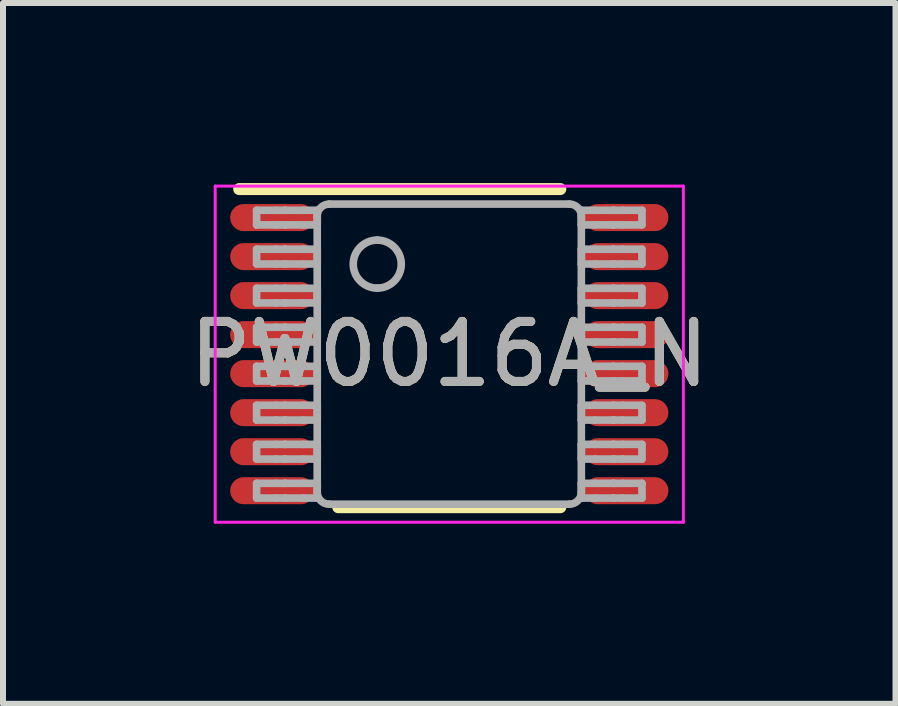
<source format=kicad_pcb>
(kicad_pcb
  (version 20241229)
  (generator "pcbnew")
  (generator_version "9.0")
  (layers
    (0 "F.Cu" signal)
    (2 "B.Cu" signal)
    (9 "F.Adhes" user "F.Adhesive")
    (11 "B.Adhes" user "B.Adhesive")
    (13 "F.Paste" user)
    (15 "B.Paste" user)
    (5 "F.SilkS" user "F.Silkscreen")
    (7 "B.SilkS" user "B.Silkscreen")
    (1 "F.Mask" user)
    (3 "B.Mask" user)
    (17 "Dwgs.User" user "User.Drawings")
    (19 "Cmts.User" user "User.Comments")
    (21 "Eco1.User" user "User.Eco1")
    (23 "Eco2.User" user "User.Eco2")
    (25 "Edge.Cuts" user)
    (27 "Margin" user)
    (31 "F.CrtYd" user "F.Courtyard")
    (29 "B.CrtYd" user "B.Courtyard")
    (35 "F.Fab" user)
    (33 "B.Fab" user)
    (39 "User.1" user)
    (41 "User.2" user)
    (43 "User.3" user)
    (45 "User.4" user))
  (footprint "PW0016A_N"
    (layer "F.Cu")
    (at 4.435 2.85)
    (property "Reference" "PW0016A_N" (at 0 0 0) (unlocked yes) (layer "F.SilkS") (effects (font (size 1 1) (thickness 0.15))))
    (attr smd)
    (fp_line (start -3.5 -2.75) (end 1.85 -2.75) (stroke (width 0.2) (type solid)) (layer "F.SilkS"))
    (fp_line (start -1.85 2.55) (end 1.85 2.55) (stroke (width 0.2) (type solid)) (layer "F.SilkS"))
    (fp_line (start -3.9 -2.8) (end 3.9 -2.8) (stroke (width 0.05) (type solid)) (layer "F.CrtYd"))
    (fp_line (start -3.9 2.8) (end -3.9 -2.8) (stroke (width 0.05) (type solid)) (layer "F.CrtYd"))
    (fp_line (start -3.9 2.8) (end 3.9 2.8) (stroke (width 0.05) (type solid)) (layer "F.CrtYd"))
    (fp_line (start 3.9 2.8) (end 3.9 -2.8) (stroke (width 0.05) (type solid)) (layer "F.CrtYd"))
    (fp_line (start -3.21 -2.397) (end -2.887 -2.397) (stroke (width 0.127) (type solid)) (layer "F.Fab"))
    (fp_line (start -3.21 -2.153) (end -3.21 -2.397) (stroke (width 0.127) (type solid)) (layer "F.Fab"))
    (fp_line (start -3.21 -2.153) (end -2.887 -2.153) (stroke (width 0.127) (type solid)) (layer "F.Fab"))
    (fp_line (start -3.21 -1.748) (end -2.887 -1.748) (stroke (width 0.127) (type solid)) (layer "F.Fab"))
    (fp_line (start -3.21 -1.502) (end -3.21 -1.748) (stroke (width 0.127) (type solid)) (layer "F.Fab"))
    (fp_line (start -3.21 -1.502) (end -2.887 -1.502) (stroke (width 0.127) (type solid)) (layer "F.Fab"))
    (fp_line (start -3.21 -1.097) (end -2.887 -1.097) (stroke (width 0.127) (type solid)) (layer "F.Fab"))
    (fp_line (start -3.21 -0.853) (end -3.21 -1.097) (stroke (width 0.127) (type solid)) (layer "F.Fab"))
    (fp_line (start -3.21 -0.853) (end -2.887 -0.853) (stroke (width 0.127) (type solid)) (layer "F.Fab"))
    (fp_line (start -3.21 -0.448) (end -2.887 -0.448) (stroke (width 0.127) (type solid)) (layer "F.Fab"))
    (fp_line (start -3.21 -0.202) (end -3.21 -0.448) (stroke (width 0.127) (type solid)) (layer "F.Fab"))
    (fp_line (start -3.21 -0.202) (end -2.887 -0.202) (stroke (width 0.127) (type solid)) (layer "F.Fab"))
    (fp_line (start -3.21 0.203) (end -2.887 0.203) (stroke (width 0.127) (type solid)) (layer "F.Fab"))
    (fp_line (start -3.21 0.447) (end -3.21 0.203) (stroke (width 0.127) (type solid)) (layer "F.Fab"))
    (fp_line (start -3.21 0.447) (end -2.887 0.447) (stroke (width 0.127) (type solid)) (layer "F.Fab"))
    (fp_line (start -3.21 0.852) (end -2.887 0.852) (stroke (width 0.127) (type solid)) (layer "F.Fab"))
    (fp_line (start -3.21 1.098) (end -3.21 0.852) (stroke (width 0.127) (type solid)) (layer "F.Fab"))
    (fp_line (start -3.21 1.098) (end -2.887 1.098) (stroke (width 0.127) (type solid)) (layer "F.Fab"))
    (fp_line (start -3.21 1.503) (end -2.887 1.503) (stroke (width 0.127) (type solid)) (layer "F.Fab"))
    (fp_line (start -3.21 1.748) (end -3.21 1.503) (stroke (width 0.127) (type solid)) (layer "F.Fab"))
    (fp_line (start -3.21 1.748) (end -2.887 1.748) (stroke (width 0.127) (type solid)) (layer "F.Fab"))
    (fp_line (start -3.21 2.152) (end -2.887 2.152) (stroke (width 0.127) (type solid)) (layer "F.Fab"))
    (fp_line (start -3.21 2.398) (end -3.21 2.152) (stroke (width 0.127) (type solid)) (layer "F.Fab"))
    (fp_line (start -3.21 2.398) (end -2.887 2.398) (stroke (width 0.127) (type solid)) (layer "F.Fab"))
    (fp_line (start -2.887 -2.397) (end -2.739 -2.397) (stroke (width 0.127) (type solid)) (layer "F.Fab"))
    (fp_line (start -2.887 -2.153) (end -2.739 -2.153) (stroke (width 0.127) (type solid)) (layer "F.Fab"))
    (fp_line (start -2.887 -1.748) (end -2.739 -1.748) (stroke (width 0.127) (type solid)) (layer "F.Fab"))
    (fp_line (start -2.887 -1.502) (end -2.739 -1.502) (stroke (width 0.127) (type solid)) (layer "F.Fab"))
    (fp_line (start -2.887 -1.097) (end -2.739 -1.097) (stroke (width 0.127) (type solid)) (layer "F.Fab"))
    (fp_line (start -2.887 -0.853) (end -2.739 -0.853) (stroke (width 0.127) (type solid)) (layer "F.Fab"))
    (fp_line (start -2.887 -0.448) (end -2.739 -0.448) (stroke (width 0.127) (type solid)) (layer "F.Fab"))
    (fp_line (start -2.887 -0.202) (end -2.739 -0.202) (stroke (width 0.127) (type solid)) (layer "F.Fab"))
    (fp_line (start -2.887 0.203) (end -2.739 0.203) (stroke (width 0.127) (type solid)) (layer "F.Fab"))
    (fp_line (start -2.887 0.447) (end -2.739 0.447) (stroke (width 0.127) (type solid)) (layer "F.Fab"))
    (fp_line (start -2.887 0.852) (end -2.739 0.852) (stroke (width 0.127) (type solid)) (layer "F.Fab"))
    (fp_line (start -2.887 1.098) (end -2.739 1.098) (stroke (width 0.127) (type solid)) (layer "F.Fab"))
    (fp_line (start -2.887 1.503) (end -2.739 1.503) (stroke (width 0.127) (type solid)) (layer "F.Fab"))
    (fp_line (start -2.887 1.748) (end -2.739 1.748) (stroke (width 0.127) (type solid)) (layer "F.Fab"))
    (fp_line (start -2.887 2.152) (end -2.739 2.152) (stroke (width 0.127) (type solid)) (layer "F.Fab"))
    (fp_line (start -2.887 2.398) (end -2.739 2.398) (stroke (width 0.127) (type solid)) (layer "F.Fab"))
    (fp_line (start -2.739 -2.397) (end -2.733 -2.397) (stroke (width 0.127) (type solid)) (layer "F.Fab"))
    (fp_line (start -2.739 -2.153) (end -2.733 -2.153) (stroke (width 0.127) (type solid)) (layer "F.Fab"))
    (fp_line (start -2.739 -1.748) (end -2.733 -1.748) (stroke (width 0.127) (type solid)) (layer "F.Fab"))
    (fp_line (start -2.739 -1.502) (end -2.733 -1.502) (stroke (width 0.127) (type solid)) (layer "F.Fab"))
    (fp_line (start -2.739 -1.097) (end -2.733 -1.097) (stroke (width 0.127) (type solid)) (layer "F.Fab"))
    (fp_line (start -2.739 -0.853) (end -2.733 -0.853) (stroke (width 0.127) (type solid)) (layer "F.Fab"))
    (fp_line (start -2.739 -0.448) (end -2.733 -0.448) (stroke (width 0.127) (type solid)) (layer "F.Fab"))
    (fp_line (start -2.739 -0.202) (end -2.733 -0.202) (stroke (width 0.127) (type solid)) (layer "F.Fab"))
    (fp_line (start -2.739 0.203) (end -2.733 0.203) (stroke (width 0.127) (type solid)) (layer "F.Fab"))
    (fp_line (start -2.739 0.447) (end -2.733 0.447) (stroke (width 0.127) (type solid)) (layer "F.Fab"))
    (fp_line (start -2.739 0.852) (end -2.733 0.852) (stroke (width 0.127) (type solid)) (layer "F.Fab"))
    (fp_line (start -2.739 1.098) (end -2.733 1.098) (stroke (width 0.127) (type solid)) (layer "F.Fab"))
    (fp_line (start -2.739 1.503) (end -2.733 1.503) (stroke (width 0.127) (type solid)) (layer "F.Fab"))
    (fp_line (start -2.739 1.748) (end -2.733 1.748) (stroke (width 0.127) (type solid)) (layer "F.Fab"))
    (fp_line (start -2.739 2.152) (end -2.733 2.152) (stroke (width 0.127) (type solid)) (layer "F.Fab"))
    (fp_line (start -2.739 2.398) (end -2.733 2.398) (stroke (width 0.127) (type solid)) (layer "F.Fab"))
    (fp_line (start -2.733 -2.397) (end -2.431 -2.397) (stroke (width 0.127) (type solid)) (layer "F.Fab"))
    (fp_line (start -2.733 -2.153) (end -2.431 -2.153) (stroke (width 0.127) (type solid)) (layer "F.Fab"))
    (fp_line (start -2.733 -1.748) (end -2.431 -1.748) (stroke (width 0.127) (type solid)) (layer "F.Fab"))
    (fp_line (start -2.733 -1.502) (end -2.431 -1.502) (stroke (width 0.127) (type solid)) (layer "F.Fab"))
    (fp_line (start -2.733 -1.097) (end -2.431 -1.097) (stroke (width 0.127) (type solid)) (layer "F.Fab"))
    (fp_line (start -2.733 -0.853) (end -2.431 -0.853) (stroke (width 0.127) (type solid)) (layer "F.Fab"))
    (fp_line (start -2.733 -0.448) (end -2.431 -0.448) (stroke (width 0.127) (type solid)) (layer "F.Fab"))
    (fp_line (start -2.733 -0.202) (end -2.431 -0.202) (stroke (width 0.127) (type solid)) (layer "F.Fab"))
    (fp_line (start -2.733 0.203) (end -2.431 0.203) (stroke (width 0.127) (type solid)) (layer "F.Fab"))
    (fp_line (start -2.733 0.447) (end -2.431 0.447) (stroke (width 0.127) (type solid)) (layer "F.Fab"))
    (fp_line (start -2.733 0.852) (end -2.431 0.852) (stroke (width 0.127) (type solid)) (layer "F.Fab"))
    (fp_line (start -2.733 1.098) (end -2.431 1.098) (stroke (width 0.127) (type solid)) (layer "F.Fab"))
    (fp_line (start -2.733 1.503) (end -2.431 1.503) (stroke (width 0.127) (type solid)) (layer "F.Fab"))
    (fp_line (start -2.733 1.748) (end -2.431 1.748) (stroke (width 0.127) (type solid)) (layer "F.Fab"))
    (fp_line (start -2.733 2.152) (end -2.431 2.152) (stroke (width 0.127) (type solid)) (layer "F.Fab"))
    (fp_line (start -2.733 2.398) (end -2.431 2.398) (stroke (width 0.127) (type solid)) (layer "F.Fab"))
    (fp_line (start -2.431 -2.397) (end -2.2 -2.397) (stroke (width 0.127) (type solid)) (layer "F.Fab"))
    (fp_line (start -2.431 -2.153) (end -2.2 -2.153) (stroke (width 0.127) (type solid)) (layer "F.Fab"))
    (fp_line (start -2.431 -1.748) (end -2.2 -1.748) (stroke (width 0.127) (type solid)) (layer "F.Fab"))
    (fp_line (start -2.431 -1.502) (end -2.2 -1.502) (stroke (width 0.127) (type solid)) (layer "F.Fab"))
    (fp_line (start -2.431 -1.097) (end -2.2 -1.097) (stroke (width 0.127) (type solid)) (layer "F.Fab"))
    (fp_line (start -2.431 -0.853) (end -2.2 -0.853) (stroke (width 0.127) (type solid)) (layer "F.Fab"))
    (fp_line (start -2.431 -0.448) (end -2.2 -0.448) (stroke (width 0.127) (type solid)) (layer "F.Fab"))
    (fp_line (start -2.431 -0.202) (end -2.2 -0.202) (stroke (width 0.127) (type solid)) (layer "F.Fab"))
    (fp_line (start -2.431 0.203) (end -2.2 0.203) (stroke (width 0.127) (type solid)) (layer "F.Fab"))
    (fp_line (start -2.431 0.447) (end -2.2 0.447) (stroke (width 0.127) (type solid)) (layer "F.Fab"))
    (fp_line (start -2.431 0.852) (end -2.2 0.852) (stroke (width 0.127) (type solid)) (layer "F.Fab"))
    (fp_line (start -2.431 1.098) (end -2.2 1.098) (stroke (width 0.127) (type solid)) (layer "F.Fab"))
    (fp_line (start -2.431 1.503) (end -2.2 1.503) (stroke (width 0.127) (type solid)) (layer "F.Fab"))
    (fp_line (start -2.431 1.748) (end -2.2 1.748) (stroke (width 0.127) (type solid)) (layer "F.Fab"))
    (fp_line (start -2.431 2.152) (end -2.2 2.152) (stroke (width 0.127) (type solid)) (layer "F.Fab"))
    (fp_line (start -2.431 2.398) (end -2.2 2.398) (stroke (width 0.127) (type solid)) (layer "F.Fab"))
    (fp_line (start -2.2 -2.153) (end -2.2 -2.397) (stroke (width 0.127) (type solid)) (layer "F.Fab"))
    (fp_line (start -2.2 -1.502) (end -2.2 -1.748) (stroke (width 0.127) (type solid)) (layer "F.Fab"))
    (fp_line (start -2.2 -0.853) (end -2.2 -1.097) (stroke (width 0.127) (type solid)) (layer "F.Fab"))
    (fp_line (start -2.2 -0.202) (end -2.2 -0.448) (stroke (width 0.127) (type solid)) (layer "F.Fab"))
    (fp_line (start -2.2 0.447) (end -2.2 0.203) (stroke (width 0.127) (type solid)) (layer "F.Fab"))
    (fp_line (start -2.2 1.098) (end -2.2 0.852) (stroke (width 0.127) (type solid)) (layer "F.Fab"))
    (fp_line (start -2.2 1.748) (end -2.2 1.503) (stroke (width 0.127) (type solid)) (layer "F.Fab"))
    (fp_line (start -2.2 2.3) (end -2.2 -2.3) (stroke (width 0.127) (type solid)) (layer "F.Fab"))
    (fp_line (start -2.2 2.398) (end -2.2 2.152) (stroke (width 0.127) (type solid)) (layer "F.Fab"))
    (fp_line (start -2 -2.5) (end 2 -2.5) (stroke (width 0.127) (type solid)) (layer "F.Fab"))
    (fp_line (start -2 2.5) (end 2 2.5) (stroke (width 0.127) (type solid)) (layer "F.Fab"))
    (fp_line (start 2.2 -2.397) (end 2.43 -2.397) (stroke (width 0.127) (type solid)) (layer "F.Fab"))
    (fp_line (start 2.2 -2.153) (end 2.2 -2.397) (stroke (width 0.127) (type solid)) (layer "F.Fab"))
    (fp_line (start 2.2 -2.153) (end 2.43 -2.153) (stroke (width 0.127) (type solid)) (layer "F.Fab"))
    (fp_line (start 2.2 -1.748) (end 2.43 -1.748) (stroke (width 0.127) (type solid)) (layer "F.Fab"))
    (fp_line (start 2.2 -1.502) (end 2.2 -1.748) (stroke (width 0.127) (type solid)) (layer "F.Fab"))
    (fp_line (start 2.2 -1.502) (end 2.43 -1.502) (stroke (width 0.127) (type solid)) (layer "F.Fab"))
    (fp_line (start 2.2 -1.097) (end 2.43 -1.097) (stroke (width 0.127) (type solid)) (layer "F.Fab"))
    (fp_line (start 2.2 -0.853) (end 2.2 -1.097) (stroke (width 0.127) (type solid)) (layer "F.Fab"))
    (fp_line (start 2.2 -0.853) (end 2.43 -0.853) (stroke (width 0.127) (type solid)) (layer "F.Fab"))
    (fp_line (start 2.2 -0.448) (end 2.43 -0.448) (stroke (width 0.127) (type solid)) (layer "F.Fab"))
    (fp_line (start 2.2 -0.202) (end 2.2 -0.448) (stroke (width 0.127) (type solid)) (layer "F.Fab"))
    (fp_line (start 2.2 -0.202) (end 2.43 -0.202) (stroke (width 0.127) (type solid)) (layer "F.Fab"))
    (fp_line (start 2.2 0.203) (end 2.43 0.203) (stroke (width 0.127) (type solid)) (layer "F.Fab"))
    (fp_line (start 2.2 0.447) (end 2.2 0.203) (stroke (width 0.127) (type solid)) (layer "F.Fab"))
    (fp_line (start 2.2 0.447) (end 2.43 0.447) (stroke (width 0.127) (type solid)) (layer "F.Fab"))
    (fp_line (start 2.2 0.852) (end 2.43 0.852) (stroke (width 0.127) (type solid)) (layer "F.Fab"))
    (fp_line (start 2.2 1.098) (end 2.2 0.852) (stroke (width 0.127) (type solid)) (layer "F.Fab"))
    (fp_line (start 2.2 1.098) (end 2.43 1.098) (stroke (width 0.127) (type solid)) (layer "F.Fab"))
    (fp_line (start 2.2 1.503) (end 2.43 1.503) (stroke (width 0.127) (type solid)) (layer "F.Fab"))
    (fp_line (start 2.2 1.748) (end 2.2 1.503) (stroke (width 0.127) (type solid)) (layer "F.Fab"))
    (fp_line (start 2.2 1.748) (end 2.43 1.748) (stroke (width 0.127) (type solid)) (layer "F.Fab"))
    (fp_line (start 2.2 2.152) (end 2.43 2.152) (stroke (width 0.127) (type solid)) (layer "F.Fab"))
    (fp_line (start 2.2 2.3) (end 2.2 -2.3) (stroke (width 0.127) (type solid)) (layer "F.Fab"))
    (fp_line (start 2.2 2.398) (end 2.2 2.152) (stroke (width 0.127) (type solid)) (layer "F.Fab"))
    (fp_line (start 2.2 2.398) (end 2.43 2.398) (stroke (width 0.127) (type solid)) (layer "F.Fab"))
    (fp_line (start 2.43 -2.397) (end 2.733 -2.397) (stroke (width 0.127) (type solid)) (layer "F.Fab"))
    (fp_line (start 2.43 -2.153) (end 2.733 -2.153) (stroke (width 0.127) (type solid)) (layer "F.Fab"))
    (fp_line (start 2.43 -1.748) (end 2.733 -1.748) (stroke (width 0.127) (type solid)) (layer "F.Fab"))
    (fp_line (start 2.43 -1.502) (end 2.733 -1.502) (stroke (width 0.127) (type solid)) (layer "F.Fab"))
    (fp_line (start 2.43 -1.097) (end 2.733 -1.097) (stroke (width 0.127) (type solid)) (layer "F.Fab"))
    (fp_line (start 2.43 -0.853) (end 2.733 -0.853) (stroke (width 0.127) (type solid)) (layer "F.Fab"))
    (fp_line (start 2.43 -0.448) (end 2.733 -0.448) (stroke (width 0.127) (type solid)) (layer "F.Fab"))
    (fp_line (start 2.43 -0.202) (end 2.733 -0.202) (stroke (width 0.127) (type solid)) (layer "F.Fab"))
    (fp_line (start 2.43 0.203) (end 2.733 0.203) (stroke (width 0.127) (type solid)) (layer "F.Fab"))
    (fp_line (start 2.43 0.447) (end 2.733 0.447) (stroke (width 0.127) (type solid)) (layer "F.Fab"))
    (fp_line (start 2.43 0.852) (end 2.733 0.852) (stroke (width 0.127) (type solid)) (layer "F.Fab"))
    (fp_line (start 2.43 1.098) (end 2.733 1.098) (stroke (width 0.127) (type solid)) (layer "F.Fab"))
    (fp_line (start 2.43 1.503) (end 2.733 1.503) (stroke (width 0.127) (type solid)) (layer "F.Fab"))
    (fp_line (start 2.43 1.748) (end 2.733 1.748) (stroke (width 0.127) (type solid)) (layer "F.Fab"))
    (fp_line (start 2.43 2.152) (end 2.733 2.152) (stroke (width 0.127) (type solid)) (layer "F.Fab"))
    (fp_line (start 2.43 2.398) (end 2.733 2.398) (stroke (width 0.127) (type solid)) (layer "F.Fab"))
    (fp_line (start 2.733 -2.397) (end 2.739 -2.397) (stroke (width 0.127) (type solid)) (layer "F.Fab"))
    (fp_line (start 2.733 -2.153) (end 2.739 -2.153) (stroke (width 0.127) (type solid)) (layer "F.Fab"))
    (fp_line (start 2.733 -1.748) (end 2.739 -1.748) (stroke (width 0.127) (type solid)) (layer "F.Fab"))
    (fp_line (start 2.733 -1.502) (end 2.739 -1.502) (stroke (width 0.127) (type solid)) (layer "F.Fab"))
    (fp_line (start 2.733 -1.097) (end 2.739 -1.097) (stroke (width 0.127) (type solid)) (layer "F.Fab"))
    (fp_line (start 2.733 -0.853) (end 2.739 -0.853) (stroke (width 0.127) (type solid)) (layer "F.Fab"))
    (fp_line (start 2.733 -0.448) (end 2.739 -0.448) (stroke (width 0.127) (type solid)) (layer "F.Fab"))
    (fp_line (start 2.733 -0.202) (end 2.739 -0.202) (stroke (width 0.127) (type solid)) (layer "F.Fab"))
    (fp_line (start 2.733 0.203) (end 2.739 0.203) (stroke (width 0.127) (type solid)) (layer "F.Fab"))
    (fp_line (start 2.733 0.447) (end 2.739 0.447) (stroke (width 0.127) (type solid)) (layer "F.Fab"))
    (fp_line (start 2.733 0.852) (end 2.739 0.852) (stroke (width 0.127) (type solid)) (layer "F.Fab"))
    (fp_line (start 2.733 1.098) (end 2.739 1.098) (stroke (width 0.127) (type solid)) (layer "F.Fab"))
    (fp_line (start 2.733 1.503) (end 2.739 1.503) (stroke (width 0.127) (type solid)) (layer "F.Fab"))
    (fp_line (start 2.733 1.748) (end 2.739 1.748) (stroke (width 0.127) (type solid)) (layer "F.Fab"))
    (fp_line (start 2.733 2.152) (end 2.739 2.152) (stroke (width 0.127) (type solid)) (layer "F.Fab"))
    (fp_line (start 2.733 2.398) (end 2.739 2.398) (stroke (width 0.127) (type solid)) (layer "F.Fab"))
    (fp_line (start 2.739 -2.397) (end 2.887 -2.397) (stroke (width 0.127) (type solid)) (layer "F.Fab"))
    (fp_line (start 2.739 -2.153) (end 2.887 -2.153) (stroke (width 0.127) (type solid)) (layer "F.Fab"))
    (fp_line (start 2.739 -1.748) (end 2.887 -1.748) (stroke (width 0.127) (type solid)) (layer "F.Fab"))
    (fp_line (start 2.739 -1.502) (end 2.887 -1.502) (stroke (width 0.127) (type solid)) (layer "F.Fab"))
    (fp_line (start 2.739 -1.097) (end 2.887 -1.097) (stroke (width 0.127) (type solid)) (layer "F.Fab"))
    (fp_line (start 2.739 -0.853) (end 2.887 -0.853) (stroke (width 0.127) (type solid)) (layer "F.Fab"))
    (fp_line (start 2.739 -0.448) (end 2.887 -0.448) (stroke (width 0.127) (type solid)) (layer "F.Fab"))
    (fp_line (start 2.739 -0.202) (end 2.887 -0.202) (stroke (width 0.127) (type solid)) (layer "F.Fab"))
    (fp_line (start 2.739 0.203) (end 2.887 0.203) (stroke (width 0.127) (type solid)) (layer "F.Fab"))
    (fp_line (start 2.739 0.447) (end 2.887 0.447) (stroke (width 0.127) (type solid)) (layer "F.Fab"))
    (fp_line (start 2.739 0.852) (end 2.887 0.852) (stroke (width 0.127) (type solid)) (layer "F.Fab"))
    (fp_line (start 2.739 1.098) (end 2.887 1.098) (stroke (width 0.127) (type solid)) (layer "F.Fab"))
    (fp_line (start 2.739 1.503) (end 2.887 1.503) (stroke (width 0.127) (type solid)) (layer "F.Fab"))
    (fp_line (start 2.739 1.748) (end 2.887 1.748) (stroke (width 0.127) (type solid)) (layer "F.Fab"))
    (fp_line (start 2.739 2.152) (end 2.887 2.152) (stroke (width 0.127) (type solid)) (layer "F.Fab"))
    (fp_line (start 2.739 2.398) (end 2.887 2.398) (stroke (width 0.127) (type solid)) (layer "F.Fab"))
    (fp_line (start 2.887 -2.397) (end 3.21 -2.397) (stroke (width 0.127) (type solid)) (layer "F.Fab"))
    (fp_line (start 2.887 -2.153) (end 3.21 -2.153) (stroke (width 0.127) (type solid)) (layer "F.Fab"))
    (fp_line (start 2.887 -1.748) (end 3.21 -1.748) (stroke (width 0.127) (type solid)) (layer "F.Fab"))
    (fp_line (start 2.887 -1.502) (end 3.21 -1.502) (stroke (width 0.127) (type solid)) (layer "F.Fab"))
    (fp_line (start 2.887 -1.097) (end 3.21 -1.097) (stroke (width 0.127) (type solid)) (layer "F.Fab"))
    (fp_line (start 2.887 -0.853) (end 3.21 -0.853) (stroke (width 0.127) (type solid)) (layer "F.Fab"))
    (fp_line (start 2.887 -0.448) (end 3.21 -0.448) (stroke (width 0.127) (type solid)) (layer "F.Fab"))
    (fp_line (start 2.887 -0.202) (end 3.21 -0.202) (stroke (width 0.127) (type solid)) (layer "F.Fab"))
    (fp_line (start 2.887 0.203) (end 3.21 0.203) (stroke (width 0.127) (type solid)) (layer "F.Fab"))
    (fp_line (start 2.887 0.447) (end 3.21 0.447) (stroke (width 0.127) (type solid)) (layer "F.Fab"))
    (fp_line (start 2.887 0.852) (end 3.21 0.852) (stroke (width 0.127) (type solid)) (layer "F.Fab"))
    (fp_line (start 2.887 1.098) (end 3.21 1.098) (stroke (width 0.127) (type solid)) (layer "F.Fab"))
    (fp_line (start 2.887 1.503) (end 3.21 1.503) (stroke (width 0.127) (type solid)) (layer "F.Fab"))
    (fp_line (start 2.887 1.748) (end 3.21 1.748) (stroke (width 0.127) (type solid)) (layer "F.Fab"))
    (fp_line (start 2.887 2.152) (end 3.21 2.152) (stroke (width 0.127) (type solid)) (layer "F.Fab"))
    (fp_line (start 2.887 2.398) (end 3.21 2.398) (stroke (width 0.127) (type solid)) (layer "F.Fab"))
    (fp_line (start 3.21 -2.153) (end 3.21 -2.397) (stroke (width 0.127) (type solid)) (layer "F.Fab"))
    (fp_line (start 3.21 -1.502) (end 3.21 -1.748) (stroke (width 0.127) (type solid)) (layer "F.Fab"))
    (fp_line (start 3.21 -0.853) (end 3.21 -1.097) (stroke (width 0.127) (type solid)) (layer "F.Fab"))
    (fp_line (start 3.21 -0.202) (end 3.21 -0.448) (stroke (width 0.127) (type solid)) (layer "F.Fab"))
    (fp_line (start 3.21 0.447) (end 3.21 0.203) (stroke (width 0.127) (type solid)) (layer "F.Fab"))
    (fp_line (start 3.21 1.098) (end 3.21 0.852) (stroke (width 0.127) (type solid)) (layer "F.Fab"))
    (fp_line (start 3.21 1.748) (end 3.21 1.503) (stroke (width 0.127) (type solid)) (layer "F.Fab"))
    (fp_line (start 3.21 2.398) (end 3.21 2.152) (stroke (width 0.127) (type solid)) (layer "F.Fab"))
    (fp_arc (start -2.200001 -2.3) (mid -2.141422 -2.441421) (end -2.000001 -2.5) (stroke (width 0.127) (type solid)) (layer "F.Fab"))
    (fp_arc (start -2.000001 2.500015) (mid -2.141422 2.441437) (end -2.200001 2.300016) (stroke (width 0.127) (type solid)) (layer "F.Fab"))
    (fp_arc (start -1.200003 -1.900001) (mid -0.800003 -1.500002) (end -1.200003 -1.100003) (stroke (width 0.127) (type solid)) (layer "F.Fab"))
    (fp_arc (start -1.200003 -1.100003) (mid -1.600002 -1.500002) (end -1.200003 -1.900001) (stroke (width 0.127) (type solid)) (layer "F.Fab"))
    (fp_arc (start 1.999991 -2.5) (mid 2.141412 -2.441422) (end 2.199991 -2.3) (stroke (width 0.127) (type solid)) (layer "F.Fab"))
    (fp_arc (start 2.199991 2.300016) (mid 2.141412 2.441437) (end 1.999991 2.500015) (stroke (width 0.127) (type solid)) (layer "F.Fab"))
    (fp_text user "${REFERENCE}" (at 0 0 0) (unlocked yes) (layer "F.Fab") (effects (font (size 1 1) (thickness 0.15))))
    (pad "1" smd oval (at -2.95 -2.275 90) (size 0.45 1.4) (layers "F.Cu" "F.Mask" "F.Paste"))
    (pad "2" smd oval (at -2.95 -1.625 90) (size 0.45 1.4) (layers "F.Cu" "F.Mask" "F.Paste"))
    (pad "3" smd oval (at -2.95 -0.975 90) (size 0.45 1.4) (layers "F.Cu" "F.Mask" "F.Paste"))
    (pad "4" smd oval (at -2.95 -0.325 90) (size 0.45 1.4) (layers "F.Cu" "F.Mask" "F.Paste"))
    (pad "5" smd oval (at -2.95 0.325 90) (size 0.45 1.4) (layers "F.Cu" "F.Mask" "F.Paste"))
    (pad "6" smd oval (at -2.95 0.975 90) (size 0.45 1.4) (layers "F.Cu" "F.Mask" "F.Paste"))
    (pad "7" smd oval (at -2.95 1.625 90) (size 0.45 1.4) (layers "F.Cu" "F.Mask" "F.Paste"))
    (pad "8" smd oval (at -2.95 2.275 90) (size 0.45 1.4) (layers "F.Cu" "F.Mask" "F.Paste"))
    (pad "9" smd oval (at 2.95 2.275 90) (size 0.45 1.4) (layers "F.Cu" "F.Mask" "F.Paste"))
    (pad "10" smd oval (at 2.95 1.625 90) (size 0.45 1.4) (layers "F.Cu" "F.Mask" "F.Paste"))
    (pad "11" smd oval (at 2.95 0.975 90) (size 0.45 1.4) (layers "F.Cu" "F.Mask" "F.Paste"))
    (pad "12" smd oval (at 2.95 0.325 90) (size 0.45 1.4) (layers "F.Cu" "F.Mask" "F.Paste"))
    (pad "13" smd oval (at 2.95 -0.325 90) (size 0.45 1.4) (layers "F.Cu" "F.Mask" "F.Paste"))
    (pad "14" smd oval (at 2.95 -0.975 90) (size 0.45 1.4) (layers "F.Cu" "F.Mask" "F.Paste"))
    (pad "15" smd oval (at 2.95 -1.625 90) (size 0.45 1.4) (layers "F.Cu" "F.Mask" "F.Paste"))
    (pad "16" smd oval (at 2.95 -2.275 90) (size 0.45 1.4) (layers "F.Cu" "F.Mask" "F.Paste")))
  (gr_rect
    (start -3 -3)
    (end 11.869 8.675)
    (stroke (width 0.1) (type default))
    (fill no)
    (layer "Edge.Cuts")))
</source>
